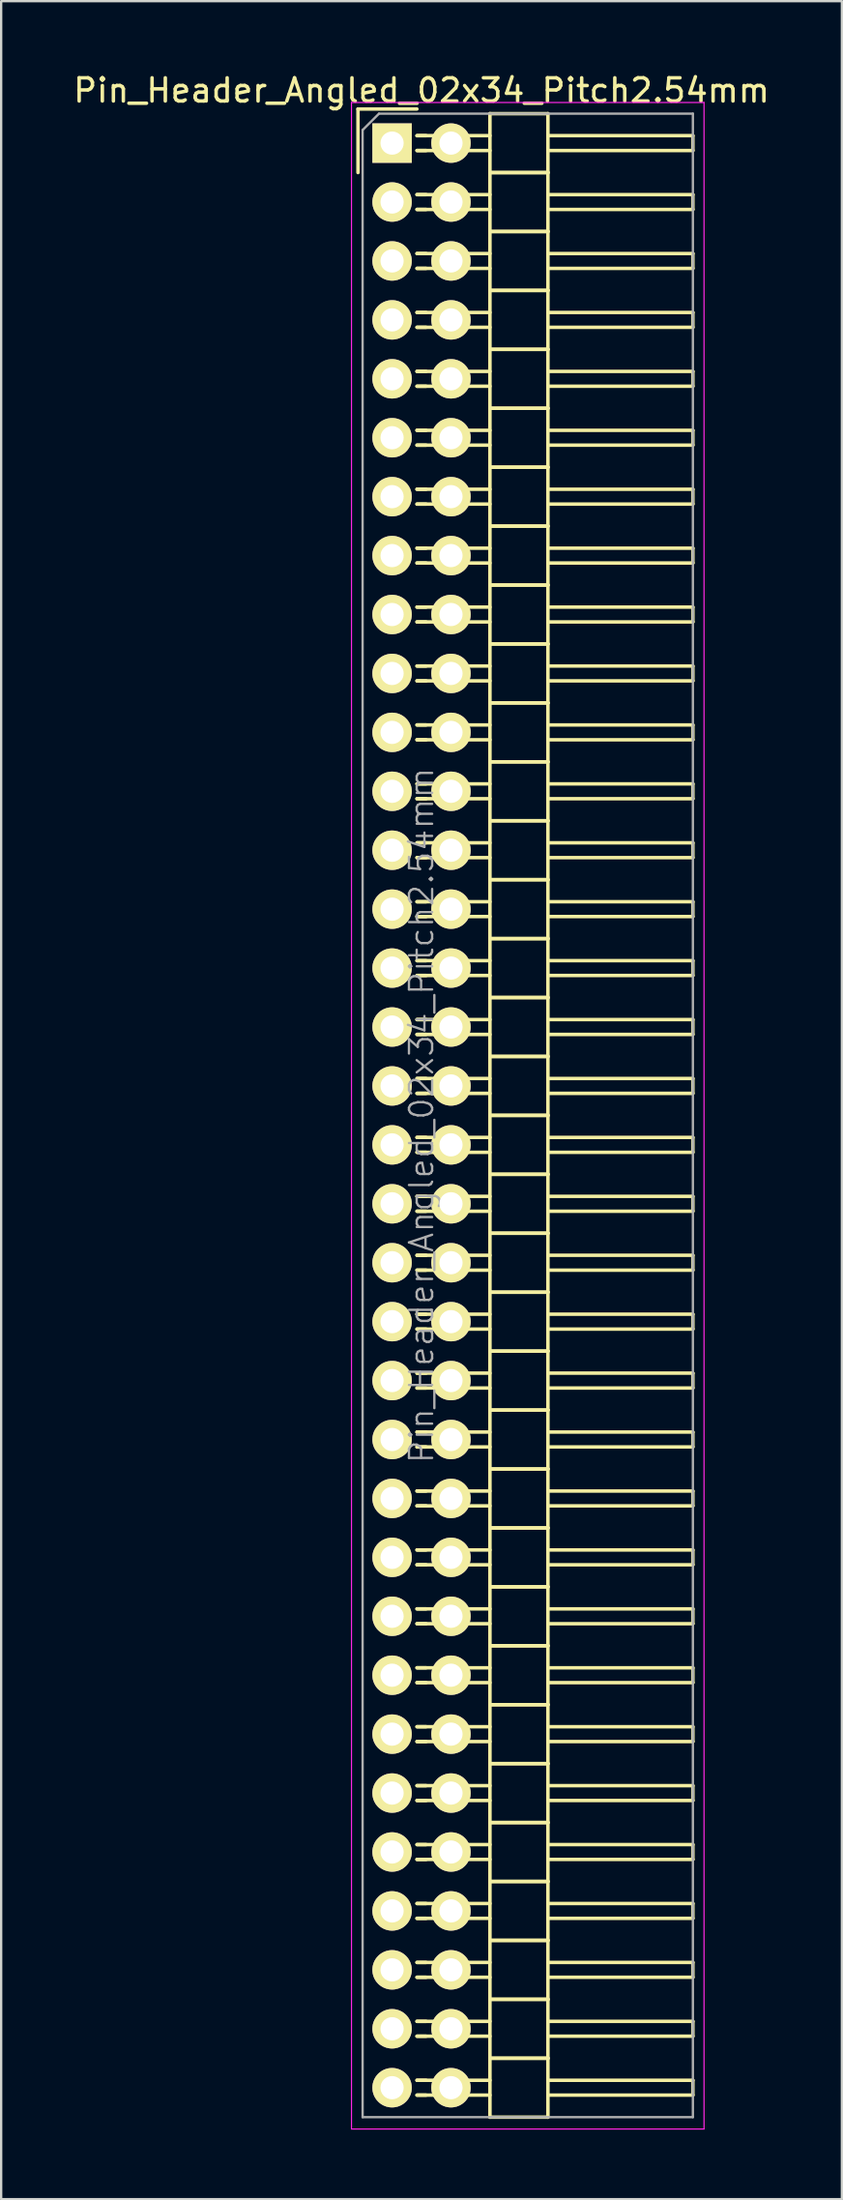
<source format=kicad_pcb>
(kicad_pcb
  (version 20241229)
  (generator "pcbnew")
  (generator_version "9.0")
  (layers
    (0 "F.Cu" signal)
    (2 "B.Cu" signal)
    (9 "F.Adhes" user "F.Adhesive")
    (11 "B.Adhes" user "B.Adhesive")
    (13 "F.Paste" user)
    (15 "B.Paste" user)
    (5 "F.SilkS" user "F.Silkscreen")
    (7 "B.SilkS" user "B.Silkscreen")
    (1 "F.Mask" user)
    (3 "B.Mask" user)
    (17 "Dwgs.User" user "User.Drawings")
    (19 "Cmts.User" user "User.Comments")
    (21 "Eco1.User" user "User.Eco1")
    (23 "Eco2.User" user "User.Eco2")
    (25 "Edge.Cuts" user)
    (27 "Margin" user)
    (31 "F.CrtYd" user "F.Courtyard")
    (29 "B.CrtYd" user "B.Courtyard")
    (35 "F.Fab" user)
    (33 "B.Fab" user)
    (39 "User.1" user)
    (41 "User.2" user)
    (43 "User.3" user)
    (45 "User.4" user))
  (footprint "Pin_Header_Angled_02x34_Pitch2.54mm"
    (layer "F.Cu")
    (at 13.855 3.118)
    (property "Reference" "Pin_Header_Angled_02x34_Pitch2.54mm" (at 1.27 -2.27 0) (layer "F.SilkS") (effects (font (size 1 1) (thickness 0.15))))
    (attr smd)
    (fp_line (start -1.47 -1.47) (end -1.47 1.27) (stroke (width 0.15) (type solid)) (layer "F.SilkS"))
    (fp_line (start -1.47 -1.47) (end 1.07 -1.47) (stroke (width 0.15) (type solid)) (layer "F.SilkS"))
    (fp_line (start 1.465 -0.32) (end 1.075 -0.32) (stroke (width 0.15) (type solid)) (layer "F.SilkS"))
    (fp_line (start 1.465 0.32) (end 1.075 0.32) (stroke (width 0.15) (type solid)) (layer "F.SilkS"))
    (fp_line (start 1.465 2.22) (end 1.075 2.22) (stroke (width 0.15) (type solid)) (layer "F.SilkS"))
    (fp_line (start 1.465 2.86) (end 1.075 2.86) (stroke (width 0.15) (type solid)) (layer "F.SilkS"))
    (fp_line (start 1.465 4.76) (end 1.075 4.76) (stroke (width 0.15) (type solid)) (layer "F.SilkS"))
    (fp_line (start 1.465 5.4) (end 1.075 5.4) (stroke (width 0.15) (type solid)) (layer "F.SilkS"))
    (fp_line (start 1.465 7.3) (end 1.075 7.3) (stroke (width 0.15) (type solid)) (layer "F.SilkS"))
    (fp_line (start 1.465 7.94) (end 1.075 7.94) (stroke (width 0.15) (type solid)) (layer "F.SilkS"))
    (fp_line (start 1.465 9.84) (end 1.075 9.84) (stroke (width 0.15) (type solid)) (layer "F.SilkS"))
    (fp_line (start 1.465 10.48) (end 1.075 10.48) (stroke (width 0.15) (type solid)) (layer "F.SilkS"))
    (fp_line (start 1.465 12.38) (end 1.075 12.38) (stroke (width 0.15) (type solid)) (layer "F.SilkS"))
    (fp_line (start 1.465 13.02) (end 1.075 13.02) (stroke (width 0.15) (type solid)) (layer "F.SilkS"))
    (fp_line (start 1.465 14.92) (end 1.075 14.92) (stroke (width 0.15) (type solid)) (layer "F.SilkS"))
    (fp_line (start 1.465 15.56) (end 1.075 15.56) (stroke (width 0.15) (type solid)) (layer "F.SilkS"))
    (fp_line (start 1.465 17.46) (end 1.075 17.46) (stroke (width 0.15) (type solid)) (layer "F.SilkS"))
    (fp_line (start 1.465 18.1) (end 1.075 18.1) (stroke (width 0.15) (type solid)) (layer "F.SilkS"))
    (fp_line (start 1.465 20) (end 1.075 20) (stroke (width 0.15) (type solid)) (layer "F.SilkS"))
    (fp_line (start 1.465 20.64) (end 1.075 20.64) (stroke (width 0.15) (type solid)) (layer "F.SilkS"))
    (fp_line (start 1.465 22.54) (end 1.075 22.54) (stroke (width 0.15) (type solid)) (layer "F.SilkS"))
    (fp_line (start 1.465 23.18) (end 1.075 23.18) (stroke (width 0.15) (type solid)) (layer "F.SilkS"))
    (fp_line (start 1.465 25.08) (end 1.075 25.08) (stroke (width 0.15) (type solid)) (layer "F.SilkS"))
    (fp_line (start 1.465 25.72) (end 1.075 25.72) (stroke (width 0.15) (type solid)) (layer "F.SilkS"))
    (fp_line (start 1.465 27.62) (end 1.075 27.62) (stroke (width 0.15) (type solid)) (layer "F.SilkS"))
    (fp_line (start 1.465 28.26) (end 1.075 28.26) (stroke (width 0.15) (type solid)) (layer "F.SilkS"))
    (fp_line (start 1.465 30.16) (end 1.075 30.16) (stroke (width 0.15) (type solid)) (layer "F.SilkS"))
    (fp_line (start 1.465 30.8) (end 1.075 30.8) (stroke (width 0.15) (type solid)) (layer "F.SilkS"))
    (fp_line (start 1.465 32.7) (end 1.075 32.7) (stroke (width 0.15) (type solid)) (layer "F.SilkS"))
    (fp_line (start 1.465 33.34) (end 1.075 33.34) (stroke (width 0.15) (type solid)) (layer "F.SilkS"))
    (fp_line (start 1.465 35.24) (end 1.075 35.24) (stroke (width 0.15) (type solid)) (layer "F.SilkS"))
    (fp_line (start 1.465 35.88) (end 1.075 35.88) (stroke (width 0.15) (type solid)) (layer "F.SilkS"))
    (fp_line (start 1.465 37.78) (end 1.075 37.78) (stroke (width 0.15) (type solid)) (layer "F.SilkS"))
    (fp_line (start 1.465 38.42) (end 1.075 38.42) (stroke (width 0.15) (type solid)) (layer "F.SilkS"))
    (fp_line (start 1.465 40.32) (end 1.075 40.32) (stroke (width 0.15) (type solid)) (layer "F.SilkS"))
    (fp_line (start 1.465 40.96) (end 1.075 40.96) (stroke (width 0.15) (type solid)) (layer "F.SilkS"))
    (fp_line (start 1.465 42.86) (end 1.075 42.86) (stroke (width 0.15) (type solid)) (layer "F.SilkS"))
    (fp_line (start 1.465 43.5) (end 1.075 43.5) (stroke (width 0.15) (type solid)) (layer "F.SilkS"))
    (fp_line (start 1.465 45.4) (end 1.075 45.4) (stroke (width 0.15) (type solid)) (layer "F.SilkS"))
    (fp_line (start 1.465 46.04) (end 1.075 46.04) (stroke (width 0.15) (type solid)) (layer "F.SilkS"))
    (fp_line (start 1.465 47.94) (end 1.075 47.94) (stroke (width 0.15) (type solid)) (layer "F.SilkS"))
    (fp_line (start 1.465 48.58) (end 1.075 48.58) (stroke (width 0.15) (type solid)) (layer "F.SilkS"))
    (fp_line (start 1.465 50.48) (end 1.075 50.48) (stroke (width 0.15) (type solid)) (layer "F.SilkS"))
    (fp_line (start 1.465 51.12) (end 1.075 51.12) (stroke (width 0.15) (type solid)) (layer "F.SilkS"))
    (fp_line (start 1.465 53.02) (end 1.075 53.02) (stroke (width 0.15) (type solid)) (layer "F.SilkS"))
    (fp_line (start 1.465 53.66) (end 1.075 53.66) (stroke (width 0.15) (type solid)) (layer "F.SilkS"))
    (fp_line (start 1.465 55.56) (end 1.075 55.56) (stroke (width 0.15) (type solid)) (layer "F.SilkS"))
    (fp_line (start 1.465 56.2) (end 1.075 56.2) (stroke (width 0.15) (type solid)) (layer "F.SilkS"))
    (fp_line (start 1.465 58.1) (end 1.075 58.1) (stroke (width 0.15) (type solid)) (layer "F.SilkS"))
    (fp_line (start 1.465 58.74) (end 1.075 58.74) (stroke (width 0.15) (type solid)) (layer "F.SilkS"))
    (fp_line (start 1.465 60.64) (end 1.075 60.64) (stroke (width 0.15) (type solid)) (layer "F.SilkS"))
    (fp_line (start 1.465 61.28) (end 1.075 61.28) (stroke (width 0.15) (type solid)) (layer "F.SilkS"))
    (fp_line (start 1.465 63.18) (end 1.075 63.18) (stroke (width 0.15) (type solid)) (layer "F.SilkS"))
    (fp_line (start 1.465 63.82) (end 1.075 63.82) (stroke (width 0.15) (type solid)) (layer "F.SilkS"))
    (fp_line (start 1.465 65.72) (end 1.075 65.72) (stroke (width 0.15) (type solid)) (layer "F.SilkS"))
    (fp_line (start 1.465 66.36) (end 1.075 66.36) (stroke (width 0.15) (type solid)) (layer "F.SilkS"))
    (fp_line (start 1.465 68.26) (end 1.075 68.26) (stroke (width 0.15) (type solid)) (layer "F.SilkS"))
    (fp_line (start 1.465 68.9) (end 1.075 68.9) (stroke (width 0.15) (type solid)) (layer "F.SilkS"))
    (fp_line (start 1.465 70.8) (end 1.075 70.8) (stroke (width 0.15) (type solid)) (layer "F.SilkS"))
    (fp_line (start 1.465 71.44) (end 1.075 71.44) (stroke (width 0.15) (type solid)) (layer "F.SilkS"))
    (fp_line (start 1.465 73.34) (end 1.075 73.34) (stroke (width 0.15) (type solid)) (layer "F.SilkS"))
    (fp_line (start 1.465 73.98) (end 1.075 73.98) (stroke (width 0.15) (type solid)) (layer "F.SilkS"))
    (fp_line (start 1.465 75.88) (end 1.075 75.88) (stroke (width 0.15) (type solid)) (layer "F.SilkS"))
    (fp_line (start 1.465 76.52) (end 1.075 76.52) (stroke (width 0.15) (type solid)) (layer "F.SilkS"))
    (fp_line (start 1.465 78.42) (end 1.075 78.42) (stroke (width 0.15) (type solid)) (layer "F.SilkS"))
    (fp_line (start 1.465 79.06) (end 1.075 79.06) (stroke (width 0.15) (type solid)) (layer "F.SilkS"))
    (fp_line (start 1.465 80.96) (end 1.075 80.96) (stroke (width 0.15) (type solid)) (layer "F.SilkS"))
    (fp_line (start 1.465 81.6) (end 1.075 81.6) (stroke (width 0.15) (type solid)) (layer "F.SilkS"))
    (fp_line (start 1.465 83.5) (end 1.075 83.5) (stroke (width 0.15) (type solid)) (layer "F.SilkS"))
    (fp_line (start 1.465 84.14) (end 1.075 84.14) (stroke (width 0.15) (type solid)) (layer "F.SilkS"))
    (fp_line (start 4.22 -0.32) (end 1.075 -0.32) (stroke (width 0.15) (type solid)) (layer "F.SilkS"))
    (fp_line (start 4.22 0.32) (end 1.075 0.32) (stroke (width 0.15) (type solid)) (layer "F.SilkS"))
    (fp_line (start 4.22 1.27) (end 4.22 -1.27) (stroke (width 0.15) (type solid)) (layer "F.SilkS"))
    (fp_line (start 4.22 2.22) (end 1.075 2.22) (stroke (width 0.15) (type solid)) (layer "F.SilkS"))
    (fp_line (start 4.22 2.86) (end 1.075 2.86) (stroke (width 0.15) (type solid)) (layer "F.SilkS"))
    (fp_line (start 4.22 3.81) (end 4.22 1.27) (stroke (width 0.15) (type solid)) (layer "F.SilkS"))
    (fp_line (start 4.22 4.76) (end 1.075 4.76) (stroke (width 0.15) (type solid)) (layer "F.SilkS"))
    (fp_line (start 4.22 5.4) (end 1.075 5.4) (stroke (width 0.15) (type solid)) (layer "F.SilkS"))
    (fp_line (start 4.22 6.35) (end 4.22 3.81) (stroke (width 0.15) (type solid)) (layer "F.SilkS"))
    (fp_line (start 4.22 7.3) (end 1.075 7.3) (stroke (width 0.15) (type solid)) (layer "F.SilkS"))
    (fp_line (start 4.22 7.94) (end 1.075 7.94) (stroke (width 0.15) (type solid)) (layer "F.SilkS"))
    (fp_line (start 4.22 8.89) (end 4.22 6.35) (stroke (width 0.15) (type solid)) (layer "F.SilkS"))
    (fp_line (start 4.22 9.84) (end 1.075 9.84) (stroke (width 0.15) (type solid)) (layer "F.SilkS"))
    (fp_line (start 4.22 10.48) (end 1.075 10.48) (stroke (width 0.15) (type solid)) (layer "F.SilkS"))
    (fp_line (start 4.22 11.43) (end 4.22 8.89) (stroke (width 0.15) (type solid)) (layer "F.SilkS"))
    (fp_line (start 4.22 12.38) (end 1.075 12.38) (stroke (width 0.15) (type solid)) (layer "F.SilkS"))
    (fp_line (start 4.22 13.02) (end 1.075 13.02) (stroke (width 0.15) (type solid)) (layer "F.SilkS"))
    (fp_line (start 4.22 13.97) (end 4.22 11.43) (stroke (width 0.15) (type solid)) (layer "F.SilkS"))
    (fp_line (start 4.22 14.92) (end 1.075 14.92) (stroke (width 0.15) (type solid)) (layer "F.SilkS"))
    (fp_line (start 4.22 15.56) (end 1.075 15.56) (stroke (width 0.15) (type solid)) (layer "F.SilkS"))
    (fp_line (start 4.22 16.51) (end 4.22 13.97) (stroke (width 0.15) (type solid)) (layer "F.SilkS"))
    (fp_line (start 4.22 17.46) (end 1.075 17.46) (stroke (width 0.15) (type solid)) (layer "F.SilkS"))
    (fp_line (start 4.22 18.1) (end 1.075 18.1) (stroke (width 0.15) (type solid)) (layer "F.SilkS"))
    (fp_line (start 4.22 19.05) (end 4.22 16.51) (stroke (width 0.15) (type solid)) (layer "F.SilkS"))
    (fp_line (start 4.22 20) (end 1.075 20) (stroke (width 0.15) (type solid)) (layer "F.SilkS"))
    (fp_line (start 4.22 20.64) (end 1.075 20.64) (stroke (width 0.15) (type solid)) (layer "F.SilkS"))
    (fp_line (start 4.22 21.59) (end 4.22 19.05) (stroke (width 0.15) (type solid)) (layer "F.SilkS"))
    (fp_line (start 4.22 22.54) (end 1.075 22.54) (stroke (width 0.15) (type solid)) (layer "F.SilkS"))
    (fp_line (start 4.22 23.18) (end 1.075 23.18) (stroke (width 0.15) (type solid)) (layer "F.SilkS"))
    (fp_line (start 4.22 24.13) (end 4.22 21.59) (stroke (width 0.15) (type solid)) (layer "F.SilkS"))
    (fp_line (start 4.22 25.08) (end 1.075 25.08) (stroke (width 0.15) (type solid)) (layer "F.SilkS"))
    (fp_line (start 4.22 25.72) (end 1.075 25.72) (stroke (width 0.15) (type solid)) (layer "F.SilkS"))
    (fp_line (start 4.22 26.67) (end 4.22 24.13) (stroke (width 0.15) (type solid)) (layer "F.SilkS"))
    (fp_line (start 4.22 27.62) (end 1.075 27.62) (stroke (width 0.15) (type solid)) (layer "F.SilkS"))
    (fp_line (start 4.22 28.26) (end 1.075 28.26) (stroke (width 0.15) (type solid)) (layer "F.SilkS"))
    (fp_line (start 4.22 29.21) (end 4.22 26.67) (stroke (width 0.15) (type solid)) (layer "F.SilkS"))
    (fp_line (start 4.22 30.16) (end 1.075 30.16) (stroke (width 0.15) (type solid)) (layer "F.SilkS"))
    (fp_line (start 4.22 30.8) (end 1.075 30.8) (stroke (width 0.15) (type solid)) (layer "F.SilkS"))
    (fp_line (start 4.22 31.75) (end 4.22 29.21) (stroke (width 0.15) (type solid)) (layer "F.SilkS"))
    (fp_line (start 4.22 32.7) (end 1.075 32.7) (stroke (width 0.15) (type solid)) (layer "F.SilkS"))
    (fp_line (start 4.22 33.34) (end 1.075 33.34) (stroke (width 0.15) (type solid)) (layer "F.SilkS"))
    (fp_line (start 4.22 34.29) (end 4.22 31.75) (stroke (width 0.15) (type solid)) (layer "F.SilkS"))
    (fp_line (start 4.22 35.24) (end 1.075 35.24) (stroke (width 0.15) (type solid)) (layer "F.SilkS"))
    (fp_line (start 4.22 35.88) (end 1.075 35.88) (stroke (width 0.15) (type solid)) (layer "F.SilkS"))
    (fp_line (start 4.22 36.83) (end 4.22 34.29) (stroke (width 0.15) (type solid)) (layer "F.SilkS"))
    (fp_line (start 4.22 37.78) (end 1.075 37.78) (stroke (width 0.15) (type solid)) (layer "F.SilkS"))
    (fp_line (start 4.22 38.42) (end 1.075 38.42) (stroke (width 0.15) (type solid)) (layer "F.SilkS"))
    (fp_line (start 4.22 39.37) (end 4.22 36.83) (stroke (width 0.15) (type solid)) (layer "F.SilkS"))
    (fp_line (start 4.22 40.32) (end 1.075 40.32) (stroke (width 0.15) (type solid)) (layer "F.SilkS"))
    (fp_line (start 4.22 40.96) (end 1.075 40.96) (stroke (width 0.15) (type solid)) (layer "F.SilkS"))
    (fp_line (start 4.22 41.91) (end 4.22 39.37) (stroke (width 0.15) (type solid)) (layer "F.SilkS"))
    (fp_line (start 4.22 42.86) (end 1.075 42.86) (stroke (width 0.15) (type solid)) (layer "F.SilkS"))
    (fp_line (start 4.22 43.5) (end 1.075 43.5) (stroke (width 0.15) (type solid)) (layer "F.SilkS"))
    (fp_line (start 4.22 44.45) (end 4.22 41.91) (stroke (width 0.15) (type solid)) (layer "F.SilkS"))
    (fp_line (start 4.22 45.4) (end 1.075 45.4) (stroke (width 0.15) (type solid)) (layer "F.SilkS"))
    (fp_line (start 4.22 46.04) (end 1.075 46.04) (stroke (width 0.15) (type solid)) (layer "F.SilkS"))
    (fp_line (start 4.22 46.99) (end 4.22 44.45) (stroke (width 0.15) (type solid)) (layer "F.SilkS"))
    (fp_line (start 4.22 47.94) (end 1.075 47.94) (stroke (width 0.15) (type solid)) (layer "F.SilkS"))
    (fp_line (start 4.22 48.58) (end 1.075 48.58) (stroke (width 0.15) (type solid)) (layer "F.SilkS"))
    (fp_line (start 4.22 49.53) (end 4.22 46.99) (stroke (width 0.15) (type solid)) (layer "F.SilkS"))
    (fp_line (start 4.22 50.48) (end 1.075 50.48) (stroke (width 0.15) (type solid)) (layer "F.SilkS"))
    (fp_line (start 4.22 51.12) (end 1.075 51.12) (stroke (width 0.15) (type solid)) (layer "F.SilkS"))
    (fp_line (start 4.22 52.07) (end 4.22 49.53) (stroke (width 0.15) (type solid)) (layer "F.SilkS"))
    (fp_line (start 4.22 53.02) (end 1.075 53.02) (stroke (width 0.15) (type solid)) (layer "F.SilkS"))
    (fp_line (start 4.22 53.66) (end 1.075 53.66) (stroke (width 0.15) (type solid)) (layer "F.SilkS"))
    (fp_line (start 4.22 54.61) (end 4.22 52.07) (stroke (width 0.15) (type solid)) (layer "F.SilkS"))
    (fp_line (start 4.22 55.56) (end 1.075 55.56) (stroke (width 0.15) (type solid)) (layer "F.SilkS"))
    (fp_line (start 4.22 56.2) (end 1.075 56.2) (stroke (width 0.15) (type solid)) (layer "F.SilkS"))
    (fp_line (start 4.22 57.15) (end 4.22 54.61) (stroke (width 0.15) (type solid)) (layer "F.SilkS"))
    (fp_line (start 4.22 58.1) (end 1.075 58.1) (stroke (width 0.15) (type solid)) (layer "F.SilkS"))
    (fp_line (start 4.22 58.74) (end 1.075 58.74) (stroke (width 0.15) (type solid)) (layer "F.SilkS"))
    (fp_line (start 4.22 59.69) (end 4.22 57.15) (stroke (width 0.15) (type solid)) (layer "F.SilkS"))
    (fp_line (start 4.22 60.64) (end 1.075 60.64) (stroke (width 0.15) (type solid)) (layer "F.SilkS"))
    (fp_line (start 4.22 61.28) (end 1.075 61.28) (stroke (width 0.15) (type solid)) (layer "F.SilkS"))
    (fp_line (start 4.22 62.23) (end 4.22 59.69) (stroke (width 0.15) (type solid)) (layer "F.SilkS"))
    (fp_line (start 4.22 63.18) (end 1.075 63.18) (stroke (width 0.15) (type solid)) (layer "F.SilkS"))
    (fp_line (start 4.22 63.82) (end 1.075 63.82) (stroke (width 0.15) (type solid)) (layer "F.SilkS"))
    (fp_line (start 4.22 64.77) (end 4.22 62.23) (stroke (width 0.15) (type solid)) (layer "F.SilkS"))
    (fp_line (start 4.22 65.72) (end 1.075 65.72) (stroke (width 0.15) (type solid)) (layer "F.SilkS"))
    (fp_line (start 4.22 66.36) (end 1.075 66.36) (stroke (width 0.15) (type solid)) (layer "F.SilkS"))
    (fp_line (start 4.22 67.31) (end 4.22 64.77) (stroke (width 0.15) (type solid)) (layer "F.SilkS"))
    (fp_line (start 4.22 68.26) (end 1.075 68.26) (stroke (width 0.15) (type solid)) (layer "F.SilkS"))
    (fp_line (start 4.22 68.9) (end 1.075 68.9) (stroke (width 0.15) (type solid)) (layer "F.SilkS"))
    (fp_line (start 4.22 69.85) (end 4.22 67.31) (stroke (width 0.15) (type solid)) (layer "F.SilkS"))
    (fp_line (start 4.22 70.8) (end 1.075 70.8) (stroke (width 0.15) (type solid)) (layer "F.SilkS"))
    (fp_line (start 4.22 71.44) (end 1.075 71.44) (stroke (width 0.15) (type solid)) (layer "F.SilkS"))
    (fp_line (start 4.22 72.39) (end 4.22 69.85) (stroke (width 0.15) (type solid)) (layer "F.SilkS"))
    (fp_line (start 4.22 73.34) (end 1.075 73.34) (stroke (width 0.15) (type solid)) (layer "F.SilkS"))
    (fp_line (start 4.22 73.98) (end 1.075 73.98) (stroke (width 0.15) (type solid)) (layer "F.SilkS"))
    (fp_line (start 4.22 74.93) (end 4.22 72.39) (stroke (width 0.15) (type solid)) (layer "F.SilkS"))
    (fp_line (start 4.22 75.88) (end 1.075 75.88) (stroke (width 0.15) (type solid)) (layer "F.SilkS"))
    (fp_line (start 4.22 76.52) (end 1.075 76.52) (stroke (width 0.15) (type solid)) (layer "F.SilkS"))
    (fp_line (start 4.22 77.47) (end 4.22 74.93) (stroke (width 0.15) (type solid)) (layer "F.SilkS"))
    (fp_line (start 4.22 78.42) (end 1.075 78.42) (stroke (width 0.15) (type solid)) (layer "F.SilkS"))
    (fp_line (start 4.22 79.06) (end 1.075 79.06) (stroke (width 0.15) (type solid)) (layer "F.SilkS"))
    (fp_line (start 4.22 80.01) (end 4.22 77.47) (stroke (width 0.15) (type solid)) (layer "F.SilkS"))
    (fp_line (start 4.22 80.96) (end 1.075 80.96) (stroke (width 0.15) (type solid)) (layer "F.SilkS"))
    (fp_line (start 4.22 81.6) (end 1.075 81.6) (stroke (width 0.15) (type solid)) (layer "F.SilkS"))
    (fp_line (start 4.22 82.55) (end 4.22 80.01) (stroke (width 0.15) (type solid)) (layer "F.SilkS"))
    (fp_line (start 4.22 83.5) (end 1.075 83.5) (stroke (width 0.15) (type solid)) (layer "F.SilkS"))
    (fp_line (start 4.22 84.14) (end 1.075 84.14) (stroke (width 0.15) (type solid)) (layer "F.SilkS"))
    (fp_line (start 4.22 85.09) (end 4.22 82.55) (stroke (width 0.15) (type solid)) (layer "F.SilkS"))
    (fp_line (start 6.72 -1.27) (end 4.22 -1.27) (stroke (width 0.15) (type solid)) (layer "F.SilkS"))
    (fp_line (start 6.72 -0.32) (end 12.97 -0.32) (stroke (width 0.15) (type solid)) (layer "F.SilkS"))
    (fp_line (start 6.72 0.32) (end 12.97 0.32) (stroke (width 0.15) (type solid)) (layer "F.SilkS"))
    (fp_line (start 6.72 1.27) (end 4.22 1.27) (stroke (width 0.15) (type solid)) (layer "F.SilkS"))
    (fp_line (start 6.72 1.27) (end 4.22 1.27) (stroke (width 0.15) (type solid)) (layer "F.SilkS"))
    (fp_line (start 6.72 1.27) (end 6.72 -1.27) (stroke (width 0.15) (type solid)) (layer "F.SilkS"))
    (fp_line (start 6.72 2.22) (end 12.97 2.22) (stroke (width 0.15) (type solid)) (layer "F.SilkS"))
    (fp_line (start 6.72 2.86) (end 12.97 2.86) (stroke (width 0.15) (type solid)) (layer "F.SilkS"))
    (fp_line (start 6.72 3.81) (end 4.22 3.81) (stroke (width 0.15) (type solid)) (layer "F.SilkS"))
    (fp_line (start 6.72 3.81) (end 4.22 3.81) (stroke (width 0.15) (type solid)) (layer "F.SilkS"))
    (fp_line (start 6.72 3.81) (end 6.72 1.27) (stroke (width 0.15) (type solid)) (layer "F.SilkS"))
    (fp_line (start 6.72 4.76) (end 12.97 4.76) (stroke (width 0.15) (type solid)) (layer "F.SilkS"))
    (fp_line (start 6.72 5.4) (end 12.97 5.4) (stroke (width 0.15) (type solid)) (layer "F.SilkS"))
    (fp_line (start 6.72 6.35) (end 4.22 6.35) (stroke (width 0.15) (type solid)) (layer "F.SilkS"))
    (fp_line (start 6.72 6.35) (end 4.22 6.35) (stroke (width 0.15) (type solid)) (layer "F.SilkS"))
    (fp_line (start 6.72 6.35) (end 6.72 3.81) (stroke (width 0.15) (type solid)) (layer "F.SilkS"))
    (fp_line (start 6.72 7.3) (end 12.97 7.3) (stroke (width 0.15) (type solid)) (layer "F.SilkS"))
    (fp_line (start 6.72 7.94) (end 12.97 7.94) (stroke (width 0.15) (type solid)) (layer "F.SilkS"))
    (fp_line (start 6.72 8.89) (end 4.22 8.89) (stroke (width 0.15) (type solid)) (layer "F.SilkS"))
    (fp_line (start 6.72 8.89) (end 4.22 8.89) (stroke (width 0.15) (type solid)) (layer "F.SilkS"))
    (fp_line (start 6.72 8.89) (end 6.72 6.35) (stroke (width 0.15) (type solid)) (layer "F.SilkS"))
    (fp_line (start 6.72 9.84) (end 12.97 9.84) (stroke (width 0.15) (type solid)) (layer "F.SilkS"))
    (fp_line (start 6.72 10.48) (end 12.97 10.48) (stroke (width 0.15) (type solid)) (layer "F.SilkS"))
    (fp_line (start 6.72 11.43) (end 4.22 11.43) (stroke (width 0.15) (type solid)) (layer "F.SilkS"))
    (fp_line (start 6.72 11.43) (end 4.22 11.43) (stroke (width 0.15) (type solid)) (layer "F.SilkS"))
    (fp_line (start 6.72 11.43) (end 6.72 8.89) (stroke (width 0.15) (type solid)) (layer "F.SilkS"))
    (fp_line (start 6.72 12.38) (end 12.97 12.38) (stroke (width 0.15) (type solid)) (layer "F.SilkS"))
    (fp_line (start 6.72 13.02) (end 12.97 13.02) (stroke (width 0.15) (type solid)) (layer "F.SilkS"))
    (fp_line (start 6.72 13.97) (end 4.22 13.97) (stroke (width 0.15) (type solid)) (layer "F.SilkS"))
    (fp_line (start 6.72 13.97) (end 4.22 13.97) (stroke (width 0.15) (type solid)) (layer "F.SilkS"))
    (fp_line (start 6.72 13.97) (end 6.72 11.43) (stroke (width 0.15) (type solid)) (layer "F.SilkS"))
    (fp_line (start 6.72 14.92) (end 12.97 14.92) (stroke (width 0.15) (type solid)) (layer "F.SilkS"))
    (fp_line (start 6.72 15.56) (end 12.97 15.56) (stroke (width 0.15) (type solid)) (layer "F.SilkS"))
    (fp_line (start 6.72 16.51) (end 4.22 16.51) (stroke (width 0.15) (type solid)) (layer "F.SilkS"))
    (fp_line (start 6.72 16.51) (end 4.22 16.51) (stroke (width 0.15) (type solid)) (layer "F.SilkS"))
    (fp_line (start 6.72 16.51) (end 6.72 13.97) (stroke (width 0.15) (type solid)) (layer "F.SilkS"))
    (fp_line (start 6.72 17.46) (end 12.97 17.46) (stroke (width 0.15) (type solid)) (layer "F.SilkS"))
    (fp_line (start 6.72 18.1) (end 12.97 18.1) (stroke (width 0.15) (type solid)) (layer "F.SilkS"))
    (fp_line (start 6.72 19.05) (end 4.22 19.05) (stroke (width 0.15) (type solid)) (layer "F.SilkS"))
    (fp_line (start 6.72 19.05) (end 4.22 19.05) (stroke (width 0.15) (type solid)) (layer "F.SilkS"))
    (fp_line (start 6.72 19.05) (end 6.72 16.51) (stroke (width 0.15) (type solid)) (layer "F.SilkS"))
    (fp_line (start 6.72 20) (end 12.97 20) (stroke (width 0.15) (type solid)) (layer "F.SilkS"))
    (fp_line (start 6.72 20.64) (end 12.97 20.64) (stroke (width 0.15) (type solid)) (layer "F.SilkS"))
    (fp_line (start 6.72 21.59) (end 4.22 21.59) (stroke (width 0.15) (type solid)) (layer "F.SilkS"))
    (fp_line (start 6.72 21.59) (end 4.22 21.59) (stroke (width 0.15) (type solid)) (layer "F.SilkS"))
    (fp_line (start 6.72 21.59) (end 6.72 19.05) (stroke (width 0.15) (type solid)) (layer "F.SilkS"))
    (fp_line (start 6.72 22.54) (end 12.97 22.54) (stroke (width 0.15) (type solid)) (layer "F.SilkS"))
    (fp_line (start 6.72 23.18) (end 12.97 23.18) (stroke (width 0.15) (type solid)) (layer "F.SilkS"))
    (fp_line (start 6.72 24.13) (end 4.22 24.13) (stroke (width 0.15) (type solid)) (layer "F.SilkS"))
    (fp_line (start 6.72 24.13) (end 4.22 24.13) (stroke (width 0.15) (type solid)) (layer "F.SilkS"))
    (fp_line (start 6.72 24.13) (end 6.72 21.59) (stroke (width 0.15) (type solid)) (layer "F.SilkS"))
    (fp_line (start 6.72 25.08) (end 12.97 25.08) (stroke (width 0.15) (type solid)) (layer "F.SilkS"))
    (fp_line (start 6.72 25.72) (end 12.97 25.72) (stroke (width 0.15) (type solid)) (layer "F.SilkS"))
    (fp_line (start 6.72 26.67) (end 4.22 26.67) (stroke (width 0.15) (type solid)) (layer "F.SilkS"))
    (fp_line (start 6.72 26.67) (end 4.22 26.67) (stroke (width 0.15) (type solid)) (layer "F.SilkS"))
    (fp_line (start 6.72 26.67) (end 6.72 24.13) (stroke (width 0.15) (type solid)) (layer "F.SilkS"))
    (fp_line (start 6.72 27.62) (end 12.97 27.62) (stroke (width 0.15) (type solid)) (layer "F.SilkS"))
    (fp_line (start 6.72 28.26) (end 12.97 28.26) (stroke (width 0.15) (type solid)) (layer "F.SilkS"))
    (fp_line (start 6.72 29.21) (end 4.22 29.21) (stroke (width 0.15) (type solid)) (layer "F.SilkS"))
    (fp_line (start 6.72 29.21) (end 4.22 29.21) (stroke (width 0.15) (type solid)) (layer "F.SilkS"))
    (fp_line (start 6.72 29.21) (end 6.72 26.67) (stroke (width 0.15) (type solid)) (layer "F.SilkS"))
    (fp_line (start 6.72 30.16) (end 12.97 30.16) (stroke (width 0.15) (type solid)) (layer "F.SilkS"))
    (fp_line (start 6.72 30.8) (end 12.97 30.8) (stroke (width 0.15) (type solid)) (layer "F.SilkS"))
    (fp_line (start 6.72 31.75) (end 4.22 31.75) (stroke (width 0.15) (type solid)) (layer "F.SilkS"))
    (fp_line (start 6.72 31.75) (end 4.22 31.75) (stroke (width 0.15) (type solid)) (layer "F.SilkS"))
    (fp_line (start 6.72 31.75) (end 6.72 29.21) (stroke (width 0.15) (type solid)) (layer "F.SilkS"))
    (fp_line (start 6.72 32.7) (end 12.97 32.7) (stroke (width 0.15) (type solid)) (layer "F.SilkS"))
    (fp_line (start 6.72 33.34) (end 12.97 33.34) (stroke (width 0.15) (type solid)) (layer "F.SilkS"))
    (fp_line (start 6.72 34.29) (end 4.22 34.29) (stroke (width 0.15) (type solid)) (layer "F.SilkS"))
    (fp_line (start 6.72 34.29) (end 4.22 34.29) (stroke (width 0.15) (type solid)) (layer "F.SilkS"))
    (fp_line (start 6.72 34.29) (end 6.72 31.75) (stroke (width 0.15) (type solid)) (layer "F.SilkS"))
    (fp_line (start 6.72 35.24) (end 12.97 35.24) (stroke (width 0.15) (type solid)) (layer "F.SilkS"))
    (fp_line (start 6.72 35.88) (end 12.97 35.88) (stroke (width 0.15) (type solid)) (layer "F.SilkS"))
    (fp_line (start 6.72 36.83) (end 4.22 36.83) (stroke (width 0.15) (type solid)) (layer "F.SilkS"))
    (fp_line (start 6.72 36.83) (end 4.22 36.83) (stroke (width 0.15) (type solid)) (layer "F.SilkS"))
    (fp_line (start 6.72 36.83) (end 6.72 34.29) (stroke (width 0.15) (type solid)) (layer "F.SilkS"))
    (fp_line (start 6.72 37.78) (end 12.97 37.78) (stroke (width 0.15) (type solid)) (layer "F.SilkS"))
    (fp_line (start 6.72 38.42) (end 12.97 38.42) (stroke (width 0.15) (type solid)) (layer "F.SilkS"))
    (fp_line (start 6.72 39.37) (end 4.22 39.37) (stroke (width 0.15) (type solid)) (layer "F.SilkS"))
    (fp_line (start 6.72 39.37) (end 4.22 39.37) (stroke (width 0.15) (type solid)) (layer "F.SilkS"))
    (fp_line (start 6.72 39.37) (end 6.72 36.83) (stroke (width 0.15) (type solid)) (layer "F.SilkS"))
    (fp_line (start 6.72 40.32) (end 12.97 40.32) (stroke (width 0.15) (type solid)) (layer "F.SilkS"))
    (fp_line (start 6.72 40.96) (end 12.97 40.96) (stroke (width 0.15) (type solid)) (layer "F.SilkS"))
    (fp_line (start 6.72 41.91) (end 4.22 41.91) (stroke (width 0.15) (type solid)) (layer "F.SilkS"))
    (fp_line (start 6.72 41.91) (end 4.22 41.91) (stroke (width 0.15) (type solid)) (layer "F.SilkS"))
    (fp_line (start 6.72 41.91) (end 6.72 39.37) (stroke (width 0.15) (type solid)) (layer "F.SilkS"))
    (fp_line (start 6.72 42.86) (end 12.97 42.86) (stroke (width 0.15) (type solid)) (layer "F.SilkS"))
    (fp_line (start 6.72 43.5) (end 12.97 43.5) (stroke (width 0.15) (type solid)) (layer "F.SilkS"))
    (fp_line (start 6.72 44.45) (end 4.22 44.45) (stroke (width 0.15) (type solid)) (layer "F.SilkS"))
    (fp_line (start 6.72 44.45) (end 4.22 44.45) (stroke (width 0.15) (type solid)) (layer "F.SilkS"))
    (fp_line (start 6.72 44.45) (end 6.72 41.91) (stroke (width 0.15) (type solid)) (layer "F.SilkS"))
    (fp_line (start 6.72 45.4) (end 12.97 45.4) (stroke (width 0.15) (type solid)) (layer "F.SilkS"))
    (fp_line (start 6.72 46.04) (end 12.97 46.04) (stroke (width 0.15) (type solid)) (layer "F.SilkS"))
    (fp_line (start 6.72 46.99) (end 4.22 46.99) (stroke (width 0.15) (type solid)) (layer "F.SilkS"))
    (fp_line (start 6.72 46.99) (end 4.22 46.99) (stroke (width 0.15) (type solid)) (layer "F.SilkS"))
    (fp_line (start 6.72 46.99) (end 6.72 44.45) (stroke (width 0.15) (type solid)) (layer "F.SilkS"))
    (fp_line (start 6.72 47.94) (end 12.97 47.94) (stroke (width 0.15) (type solid)) (layer "F.SilkS"))
    (fp_line (start 6.72 48.58) (end 12.97 48.58) (stroke (width 0.15) (type solid)) (layer "F.SilkS"))
    (fp_line (start 6.72 49.53) (end 4.22 49.53) (stroke (width 0.15) (type solid)) (layer "F.SilkS"))
    (fp_line (start 6.72 49.53) (end 4.22 49.53) (stroke (width 0.15) (type solid)) (layer "F.SilkS"))
    (fp_line (start 6.72 49.53) (end 6.72 46.99) (stroke (width 0.15) (type solid)) (layer "F.SilkS"))
    (fp_line (start 6.72 50.48) (end 12.97 50.48) (stroke (width 0.15) (type solid)) (layer "F.SilkS"))
    (fp_line (start 6.72 51.12) (end 12.97 51.12) (stroke (width 0.15) (type solid)) (layer "F.SilkS"))
    (fp_line (start 6.72 52.07) (end 4.22 52.07) (stroke (width 0.15) (type solid)) (layer "F.SilkS"))
    (fp_line (start 6.72 52.07) (end 4.22 52.07) (stroke (width 0.15) (type solid)) (layer "F.SilkS"))
    (fp_line (start 6.72 52.07) (end 6.72 49.53) (stroke (width 0.15) (type solid)) (layer "F.SilkS"))
    (fp_line (start 6.72 53.02) (end 12.97 53.02) (stroke (width 0.15) (type solid)) (layer "F.SilkS"))
    (fp_line (start 6.72 53.66) (end 12.97 53.66) (stroke (width 0.15) (type solid)) (layer "F.SilkS"))
    (fp_line (start 6.72 54.61) (end 4.22 54.61) (stroke (width 0.15) (type solid)) (layer "F.SilkS"))
    (fp_line (start 6.72 54.61) (end 4.22 54.61) (stroke (width 0.15) (type solid)) (layer "F.SilkS"))
    (fp_line (start 6.72 54.61) (end 6.72 52.07) (stroke (width 0.15) (type solid)) (layer "F.SilkS"))
    (fp_line (start 6.72 55.56) (end 12.97 55.56) (stroke (width 0.15) (type solid)) (layer "F.SilkS"))
    (fp_line (start 6.72 56.2) (end 12.97 56.2) (stroke (width 0.15) (type solid)) (layer "F.SilkS"))
    (fp_line (start 6.72 57.15) (end 4.22 57.15) (stroke (width 0.15) (type solid)) (layer "F.SilkS"))
    (fp_line (start 6.72 57.15) (end 4.22 57.15) (stroke (width 0.15) (type solid)) (layer "F.SilkS"))
    (fp_line (start 6.72 57.15) (end 6.72 54.61) (stroke (width 0.15) (type solid)) (layer "F.SilkS"))
    (fp_line (start 6.72 58.1) (end 12.97 58.1) (stroke (width 0.15) (type solid)) (layer "F.SilkS"))
    (fp_line (start 6.72 58.74) (end 12.97 58.74) (stroke (width 0.15) (type solid)) (layer "F.SilkS"))
    (fp_line (start 6.72 59.69) (end 4.22 59.69) (stroke (width 0.15) (type solid)) (layer "F.SilkS"))
    (fp_line (start 6.72 59.69) (end 4.22 59.69) (stroke (width 0.15) (type solid)) (layer "F.SilkS"))
    (fp_line (start 6.72 59.69) (end 6.72 57.15) (stroke (width 0.15) (type solid)) (layer "F.SilkS"))
    (fp_line (start 6.72 60.64) (end 12.97 60.64) (stroke (width 0.15) (type solid)) (layer "F.SilkS"))
    (fp_line (start 6.72 61.28) (end 12.97 61.28) (stroke (width 0.15) (type solid)) (layer "F.SilkS"))
    (fp_line (start 6.72 62.23) (end 4.22 62.23) (stroke (width 0.15) (type solid)) (layer "F.SilkS"))
    (fp_line (start 6.72 62.23) (end 4.22 62.23) (stroke (width 0.15) (type solid)) (layer "F.SilkS"))
    (fp_line (start 6.72 62.23) (end 6.72 59.69) (stroke (width 0.15) (type solid)) (layer "F.SilkS"))
    (fp_line (start 6.72 63.18) (end 12.97 63.18) (stroke (width 0.15) (type solid)) (layer "F.SilkS"))
    (fp_line (start 6.72 63.82) (end 12.97 63.82) (stroke (width 0.15) (type solid)) (layer "F.SilkS"))
    (fp_line (start 6.72 64.77) (end 4.22 64.77) (stroke (width 0.15) (type solid)) (layer "F.SilkS"))
    (fp_line (start 6.72 64.77) (end 4.22 64.77) (stroke (width 0.15) (type solid)) (layer "F.SilkS"))
    (fp_line (start 6.72 64.77) (end 6.72 62.23) (stroke (width 0.15) (type solid)) (layer "F.SilkS"))
    (fp_line (start 6.72 65.72) (end 12.97 65.72) (stroke (width 0.15) (type solid)) (layer "F.SilkS"))
    (fp_line (start 6.72 66.36) (end 12.97 66.36) (stroke (width 0.15) (type solid)) (layer "F.SilkS"))
    (fp_line (start 6.72 67.31) (end 4.22 67.31) (stroke (width 0.15) (type solid)) (layer "F.SilkS"))
    (fp_line (start 6.72 67.31) (end 4.22 67.31) (stroke (width 0.15) (type solid)) (layer "F.SilkS"))
    (fp_line (start 6.72 67.31) (end 6.72 64.77) (stroke (width 0.15) (type solid)) (layer "F.SilkS"))
    (fp_line (start 6.72 68.26) (end 12.97 68.26) (stroke (width 0.15) (type solid)) (layer "F.SilkS"))
    (fp_line (start 6.72 68.9) (end 12.97 68.9) (stroke (width 0.15) (type solid)) (layer "F.SilkS"))
    (fp_line (start 6.72 69.85) (end 4.22 69.85) (stroke (width 0.15) (type solid)) (layer "F.SilkS"))
    (fp_line (start 6.72 69.85) (end 4.22 69.85) (stroke (width 0.15) (type solid)) (layer "F.SilkS"))
    (fp_line (start 6.72 69.85) (end 6.72 67.31) (stroke (width 0.15) (type solid)) (layer "F.SilkS"))
    (fp_line (start 6.72 70.8) (end 12.97 70.8) (stroke (width 0.15) (type solid)) (layer "F.SilkS"))
    (fp_line (start 6.72 71.44) (end 12.97 71.44) (stroke (width 0.15) (type solid)) (layer "F.SilkS"))
    (fp_line (start 6.72 72.39) (end 4.22 72.39) (stroke (width 0.15) (type solid)) (layer "F.SilkS"))
    (fp_line (start 6.72 72.39) (end 4.22 72.39) (stroke (width 0.15) (type solid)) (layer "F.SilkS"))
    (fp_line (start 6.72 72.39) (end 6.72 69.85) (stroke (width 0.15) (type solid)) (layer "F.SilkS"))
    (fp_line (start 6.72 73.34) (end 12.97 73.34) (stroke (width 0.15) (type solid)) (layer "F.SilkS"))
    (fp_line (start 6.72 73.98) (end 12.97 73.98) (stroke (width 0.15) (type solid)) (layer "F.SilkS"))
    (fp_line (start 6.72 74.93) (end 4.22 74.93) (stroke (width 0.15) (type solid)) (layer "F.SilkS"))
    (fp_line (start 6.72 74.93) (end 4.22 74.93) (stroke (width 0.15) (type solid)) (layer "F.SilkS"))
    (fp_line (start 6.72 74.93) (end 6.72 72.39) (stroke (width 0.15) (type solid)) (layer "F.SilkS"))
    (fp_line (start 6.72 75.88) (end 12.97 75.88) (stroke (width 0.15) (type solid)) (layer "F.SilkS"))
    (fp_line (start 6.72 76.52) (end 12.97 76.52) (stroke (width 0.15) (type solid)) (layer "F.SilkS"))
    (fp_line (start 6.72 77.47) (end 4.22 77.47) (stroke (width 0.15) (type solid)) (layer "F.SilkS"))
    (fp_line (start 6.72 77.47) (end 4.22 77.47) (stroke (width 0.15) (type solid)) (layer "F.SilkS"))
    (fp_line (start 6.72 77.47) (end 6.72 74.93) (stroke (width 0.15) (type solid)) (layer "F.SilkS"))
    (fp_line (start 6.72 78.42) (end 12.97 78.42) (stroke (width 0.15) (type solid)) (layer "F.SilkS"))
    (fp_line (start 6.72 79.06) (end 12.97 79.06) (stroke (width 0.15) (type solid)) (layer "F.SilkS"))
    (fp_line (start 6.72 80.01) (end 4.22 80.01) (stroke (width 0.15) (type solid)) (layer "F.SilkS"))
    (fp_line (start 6.72 80.01) (end 4.22 80.01) (stroke (width 0.15) (type solid)) (layer "F.SilkS"))
    (fp_line (start 6.72 80.01) (end 6.72 77.47) (stroke (width 0.15) (type solid)) (layer "F.SilkS"))
    (fp_line (start 6.72 80.96) (end 12.97 80.96) (stroke (width 0.15) (type solid)) (layer "F.SilkS"))
    (fp_line (start 6.72 81.6) (end 12.97 81.6) (stroke (width 0.15) (type solid)) (layer "F.SilkS"))
    (fp_line (start 6.72 82.55) (end 4.22 82.55) (stroke (width 0.15) (type solid)) (layer "F.SilkS"))
    (fp_line (start 6.72 82.55) (end 4.22 82.55) (stroke (width 0.15) (type solid)) (layer "F.SilkS"))
    (fp_line (start 6.72 82.55) (end 6.72 80.01) (stroke (width 0.15) (type solid)) (layer "F.SilkS"))
    (fp_line (start 6.72 83.5) (end 12.97 83.5) (stroke (width 0.15) (type solid)) (layer "F.SilkS"))
    (fp_line (start 6.72 84.14) (end 12.97 84.14) (stroke (width 0.15) (type solid)) (layer "F.SilkS"))
    (fp_line (start 6.72 85.09) (end 4.22 85.09) (stroke (width 0.15) (type solid)) (layer "F.SilkS"))
    (fp_line (start 6.72 85.09) (end 6.72 82.55) (stroke (width 0.15) (type solid)) (layer "F.SilkS"))
    (fp_line (start 12.97 0.32) (end 12.97 -0.32) (stroke (width 0.15) (type solid)) (layer "F.SilkS"))
    (fp_line (start 12.97 2.86) (end 12.97 2.22) (stroke (width 0.15) (type solid)) (layer "F.SilkS"))
    (fp_line (start 12.97 5.4) (end 12.97 4.76) (stroke (width 0.15) (type solid)) (layer "F.SilkS"))
    (fp_line (start 12.97 7.94) (end 12.97 7.3) (stroke (width 0.15) (type solid)) (layer "F.SilkS"))
    (fp_line (start 12.97 10.48) (end 12.97 9.84) (stroke (width 0.15) (type solid)) (layer "F.SilkS"))
    (fp_line (start 12.97 13.02) (end 12.97 12.38) (stroke (width 0.15) (type solid)) (layer "F.SilkS"))
    (fp_line (start 12.97 15.56) (end 12.97 14.92) (stroke (width 0.15) (type solid)) (layer "F.SilkS"))
    (fp_line (start 12.97 18.1) (end 12.97 17.46) (stroke (width 0.15) (type solid)) (layer "F.SilkS"))
    (fp_line (start 12.97 20.64) (end 12.97 20) (stroke (width 0.15) (type solid)) (layer "F.SilkS"))
    (fp_line (start 12.97 23.18) (end 12.97 22.54) (stroke (width 0.15) (type solid)) (layer "F.SilkS"))
    (fp_line (start 12.97 25.72) (end 12.97 25.08) (stroke (width 0.15) (type solid)) (layer "F.SilkS"))
    (fp_line (start 12.97 28.26) (end 12.97 27.62) (stroke (width 0.15) (type solid)) (layer "F.SilkS"))
    (fp_line (start 12.97 30.8) (end 12.97 30.16) (stroke (width 0.15) (type solid)) (layer "F.SilkS"))
    (fp_line (start 12.97 33.34) (end 12.97 32.7) (stroke (width 0.15) (type solid)) (layer "F.SilkS"))
    (fp_line (start 12.97 35.88) (end 12.97 35.24) (stroke (width 0.15) (type solid)) (layer "F.SilkS"))
    (fp_line (start 12.97 38.42) (end 12.97 37.78) (stroke (width 0.15) (type solid)) (layer "F.SilkS"))
    (fp_line (start 12.97 40.96) (end 12.97 40.32) (stroke (width 0.15) (type solid)) (layer "F.SilkS"))
    (fp_line (start 12.97 43.5) (end 12.97 42.86) (stroke (width 0.15) (type solid)) (layer "F.SilkS"))
    (fp_line (start 12.97 46.04) (end 12.97 45.4) (stroke (width 0.15) (type solid)) (layer "F.SilkS"))
    (fp_line (start 12.97 48.58) (end 12.97 47.94) (stroke (width 0.15) (type solid)) (layer "F.SilkS"))
    (fp_line (start 12.97 51.12) (end 12.97 50.48) (stroke (width 0.15) (type solid)) (layer "F.SilkS"))
    (fp_line (start 12.97 53.66) (end 12.97 53.02) (stroke (width 0.15) (type solid)) (layer "F.SilkS"))
    (fp_line (start 12.97 56.2) (end 12.97 55.56) (stroke (width 0.15) (type solid)) (layer "F.SilkS"))
    (fp_line (start 12.97 58.74) (end 12.97 58.1) (stroke (width 0.15) (type solid)) (layer "F.SilkS"))
    (fp_line (start 12.97 61.28) (end 12.97 60.64) (stroke (width 0.15) (type solid)) (layer "F.SilkS"))
    (fp_line (start 12.97 63.82) (end 12.97 63.18) (stroke (width 0.15) (type solid)) (layer "F.SilkS"))
    (fp_line (start 12.97 66.36) (end 12.97 65.72) (stroke (width 0.15) (type solid)) (layer "F.SilkS"))
    (fp_line (start 12.97 68.9) (end 12.97 68.26) (stroke (width 0.15) (type solid)) (layer "F.SilkS"))
    (fp_line (start 12.97 71.44) (end 12.97 70.8) (stroke (width 0.15) (type solid)) (layer "F.SilkS"))
    (fp_line (start 12.97 73.98) (end 12.97 73.34) (stroke (width 0.15) (type solid)) (layer "F.SilkS"))
    (fp_line (start 12.97 76.52) (end 12.97 75.88) (stroke (width 0.15) (type solid)) (layer "F.SilkS"))
    (fp_line (start 12.97 79.06) (end 12.97 78.42) (stroke (width 0.15) (type solid)) (layer "F.SilkS"))
    (fp_line (start 12.97 81.6) (end 12.97 80.96) (stroke (width 0.15) (type solid)) (layer "F.SilkS"))
    (fp_line (start 12.97 84.14) (end 12.97 83.5) (stroke (width 0.15) (type solid)) (layer "F.SilkS"))
    (fp_line (start -1.75 -1.75) (end -1.75 85.6) (stroke (width 0.05) (type solid)) (layer "F.CrtYd"))
    (fp_line (start 13.45 -1.75) (end -1.75 -1.75) (stroke (width 0.05) (type solid)) (layer "F.CrtYd"))
    (fp_line (start 13.45 -1.75) (end 13.45 85.6) (stroke (width 0.05) (type solid)) (layer "F.CrtYd"))
    (fp_line (start 13.45 85.6) (end -1.75 85.6) (stroke (width 0.05) (type solid)) (layer "F.CrtYd"))
    (fp_line (start -1.27 -0.563) (end -0.563 -1.27) (stroke (width 0.1) (type solid)) (layer "F.Fab"))
    (fp_line (start -1.27 85.09) (end -1.27 -0.563) (stroke (width 0.1) (type solid)) (layer "F.Fab"))
    (fp_line (start 12.97 -1.27) (end -0.563 -1.27) (stroke (width 0.1) (type solid)) (layer "F.Fab"))
    (fp_line (start 12.97 85.09) (end -1.27 85.09) (stroke (width 0.1) (type solid)) (layer "F.Fab"))
    (fp_line (start 12.97 85.09) (end 12.97 -1.27) (stroke (width 0.1) (type solid)) (layer "F.Fab"))
    (fp_text user "${REFERENCE}" (at 1.27 41.91 90) (layer "F.Fab") (effects (font (size 1 1) (thickness 0.1))))
    (pad "1" thru_hole rect (at 0 0) (size 1.7 1.7) (drill 1) (layers "*.Cu" "*.Mask" "F.SilkS"))
    (pad "2" thru_hole oval (at 2.54 0) (size 1.7 1.7) (drill 1) (layers "*.Cu" "*.Mask" "F.SilkS"))
    (pad "3" thru_hole oval (at 0 2.54) (size 1.7 1.7) (drill 1) (layers "*.Cu" "*.Mask" "F.SilkS"))
    (pad "4" thru_hole oval (at 2.54 2.54) (size 1.7 1.7) (drill 1) (layers "*.Cu" "*.Mask" "F.SilkS"))
    (pad "5" thru_hole oval (at 0 5.08) (size 1.7 1.7) (drill 1) (layers "*.Cu" "*.Mask" "F.SilkS"))
    (pad "6" thru_hole oval (at 2.54 5.08) (size 1.7 1.7) (drill 1) (layers "*.Cu" "*.Mask" "F.SilkS"))
    (pad "7" thru_hole oval (at 0 7.62) (size 1.7 1.7) (drill 1) (layers "*.Cu" "*.Mask" "F.SilkS"))
    (pad "8" thru_hole oval (at 2.54 7.62) (size 1.7 1.7) (drill 1) (layers "*.Cu" "*.Mask" "F.SilkS"))
    (pad "9" thru_hole oval (at 0 10.16) (size 1.7 1.7) (drill 1) (layers "*.Cu" "*.Mask" "F.SilkS"))
    (pad "10" thru_hole oval (at 2.54 10.16) (size 1.7 1.7) (drill 1) (layers "*.Cu" "*.Mask" "F.SilkS"))
    (pad "11" thru_hole oval (at 0 12.7) (size 1.7 1.7) (drill 1) (layers "*.Cu" "*.Mask" "F.SilkS"))
    (pad "12" thru_hole oval (at 2.54 12.7) (size 1.7 1.7) (drill 1) (layers "*.Cu" "*.Mask" "F.SilkS"))
    (pad "13" thru_hole oval (at 0 15.24) (size 1.7 1.7) (drill 1) (layers "*.Cu" "*.Mask" "F.SilkS"))
    (pad "14" thru_hole oval (at 2.54 15.24) (size 1.7 1.7) (drill 1) (layers "*.Cu" "*.Mask" "F.SilkS"))
    (pad "15" thru_hole oval (at 0 17.78) (size 1.7 1.7) (drill 1) (layers "*.Cu" "*.Mask" "F.SilkS"))
    (pad "16" thru_hole oval (at 2.54 17.78) (size 1.7 1.7) (drill 1) (layers "*.Cu" "*.Mask" "F.SilkS"))
    (pad "17" thru_hole oval (at 0 20.32) (size 1.7 1.7) (drill 1) (layers "*.Cu" "*.Mask" "F.SilkS"))
    (pad "18" thru_hole oval (at 2.54 20.32) (size 1.7 1.7) (drill 1) (layers "*.Cu" "*.Mask" "F.SilkS"))
    (pad "19" thru_hole oval (at 0 22.86) (size 1.7 1.7) (drill 1) (layers "*.Cu" "*.Mask" "F.SilkS"))
    (pad "20" thru_hole oval (at 2.54 22.86) (size 1.7 1.7) (drill 1) (layers "*.Cu" "*.Mask" "F.SilkS"))
    (pad "21" thru_hole oval (at 0 25.4) (size 1.7 1.7) (drill 1) (layers "*.Cu" "*.Mask" "F.SilkS"))
    (pad "22" thru_hole oval (at 2.54 25.4) (size 1.7 1.7) (drill 1) (layers "*.Cu" "*.Mask" "F.SilkS"))
    (pad "23" thru_hole oval (at 0 27.94) (size 1.7 1.7) (drill 1) (layers "*.Cu" "*.Mask" "F.SilkS"))
    (pad "24" thru_hole oval (at 2.54 27.94) (size 1.7 1.7) (drill 1) (layers "*.Cu" "*.Mask" "F.SilkS"))
    (pad "25" thru_hole oval (at 0 30.48) (size 1.7 1.7) (drill 1) (layers "*.Cu" "*.Mask" "F.SilkS"))
    (pad "26" thru_hole oval (at 2.54 30.48) (size 1.7 1.7) (drill 1) (layers "*.Cu" "*.Mask" "F.SilkS"))
    (pad "27" thru_hole oval (at 0 33.02) (size 1.7 1.7) (drill 1) (layers "*.Cu" "*.Mask" "F.SilkS"))
    (pad "28" thru_hole oval (at 2.54 33.02) (size 1.7 1.7) (drill 1) (layers "*.Cu" "*.Mask" "F.SilkS"))
    (pad "29" thru_hole oval (at 0 35.56) (size 1.7 1.7) (drill 1) (layers "*.Cu" "*.Mask" "F.SilkS"))
    (pad "30" thru_hole oval (at 2.54 35.56) (size 1.7 1.7) (drill 1) (layers "*.Cu" "*.Mask" "F.SilkS"))
    (pad "31" thru_hole oval (at 0 38.1) (size 1.7 1.7) (drill 1) (layers "*.Cu" "*.Mask" "F.SilkS"))
    (pad "32" thru_hole oval (at 2.54 38.1) (size 1.7 1.7) (drill 1) (layers "*.Cu" "*.Mask" "F.SilkS"))
    (pad "33" thru_hole oval (at 0 40.64) (size 1.7 1.7) (drill 1) (layers "*.Cu" "*.Mask" "F.SilkS"))
    (pad "34" thru_hole oval (at 2.54 40.64) (size 1.7 1.7) (drill 1) (layers "*.Cu" "*.Mask" "F.SilkS"))
    (pad "35" thru_hole oval (at 0 43.18) (size 1.7 1.7) (drill 1) (layers "*.Cu" "*.Mask" "F.SilkS"))
    (pad "36" thru_hole oval (at 2.54 43.18) (size 1.7 1.7) (drill 1) (layers "*.Cu" "*.Mask" "F.SilkS"))
    (pad "37" thru_hole oval (at 0 45.72) (size 1.7 1.7) (drill 1) (layers "*.Cu" "*.Mask" "F.SilkS"))
    (pad "38" thru_hole oval (at 2.54 45.72) (size 1.7 1.7) (drill 1) (layers "*.Cu" "*.Mask" "F.SilkS"))
    (pad "39" thru_hole oval (at 0 48.26) (size 1.7 1.7) (drill 1) (layers "*.Cu" "*.Mask" "F.SilkS"))
    (pad "40" thru_hole oval (at 2.54 48.26) (size 1.7 1.7) (drill 1) (layers "*.Cu" "*.Mask" "F.SilkS"))
    (pad "41" thru_hole oval (at 0 50.8) (size 1.7 1.7) (drill 1) (layers "*.Cu" "*.Mask" "F.SilkS"))
    (pad "42" thru_hole oval (at 2.54 50.8) (size 1.7 1.7) (drill 1) (layers "*.Cu" "*.Mask" "F.SilkS"))
    (pad "43" thru_hole oval (at 0 53.34) (size 1.7 1.7) (drill 1) (layers "*.Cu" "*.Mask" "F.SilkS"))
    (pad "44" thru_hole oval (at 2.54 53.34) (size 1.7 1.7) (drill 1) (layers "*.Cu" "*.Mask" "F.SilkS"))
    (pad "45" thru_hole oval (at 0 55.88) (size 1.7 1.7) (drill 1) (layers "*.Cu" "*.Mask" "F.SilkS"))
    (pad "46" thru_hole oval (at 2.54 55.88) (size 1.7 1.7) (drill 1) (layers "*.Cu" "*.Mask" "F.SilkS"))
    (pad "47" thru_hole oval (at 0 58.42) (size 1.7 1.7) (drill 1) (layers "*.Cu" "*.Mask" "F.SilkS"))
    (pad "48" thru_hole oval (at 2.54 58.42) (size 1.7 1.7) (drill 1) (layers "*.Cu" "*.Mask" "F.SilkS"))
    (pad "49" thru_hole oval (at 0 60.96) (size 1.7 1.7) (drill 1) (layers "*.Cu" "*.Mask" "F.SilkS"))
    (pad "50" thru_hole oval (at 2.54 60.96) (size 1.7 1.7) (drill 1) (layers "*.Cu" "*.Mask" "F.SilkS"))
    (pad "51" thru_hole oval (at 0 63.5) (size 1.7 1.7) (drill 1) (layers "*.Cu" "*.Mask" "F.SilkS"))
    (pad "52" thru_hole oval (at 2.54 63.5) (size 1.7 1.7) (drill 1) (layers "*.Cu" "*.Mask" "F.SilkS"))
    (pad "53" thru_hole oval (at 0 66.04) (size 1.7 1.7) (drill 1) (layers "*.Cu" "*.Mask" "F.SilkS"))
    (pad "54" thru_hole oval (at 2.54 66.04) (size 1.7 1.7) (drill 1) (layers "*.Cu" "*.Mask" "F.SilkS"))
    (pad "55" thru_hole oval (at 0 68.58) (size 1.7 1.7) (drill 1) (layers "*.Cu" "*.Mask" "F.SilkS"))
    (pad "56" thru_hole oval (at 2.54 68.58) (size 1.7 1.7) (drill 1) (layers "*.Cu" "*.Mask" "F.SilkS"))
    (pad "57" thru_hole oval (at 0 71.12) (size 1.7 1.7) (drill 1) (layers "*.Cu" "*.Mask" "F.SilkS"))
    (pad "58" thru_hole oval (at 2.54 71.12) (size 1.7 1.7) (drill 1) (layers "*.Cu" "*.Mask" "F.SilkS"))
    (pad "59" thru_hole oval (at 0 73.66) (size 1.7 1.7) (drill 1) (layers "*.Cu" "*.Mask" "F.SilkS"))
    (pad "60" thru_hole oval (at 2.54 73.66) (size 1.7 1.7) (drill 1) (layers "*.Cu" "*.Mask" "F.SilkS"))
    (pad "61" thru_hole oval (at 0 76.2) (size 1.7 1.7) (drill 1) (layers "*.Cu" "*.Mask" "F.SilkS"))
    (pad "62" thru_hole oval (at 2.54 76.2) (size 1.7 1.7) (drill 1) (layers "*.Cu" "*.Mask" "F.SilkS"))
    (pad "63" thru_hole oval (at 0 78.74) (size 1.7 1.7) (drill 1) (layers "*.Cu" "*.Mask" "F.SilkS"))
    (pad "64" thru_hole oval (at 2.54 78.74) (size 1.7 1.7) (drill 1) (layers "*.Cu" "*.Mask" "F.SilkS"))
    (pad "65" thru_hole oval (at 0 81.28) (size 1.7 1.7) (drill 1) (layers "*.Cu" "*.Mask" "F.SilkS"))
    (pad "66" thru_hole oval (at 2.54 81.28) (size 1.7 1.7) (drill 1) (layers "*.Cu" "*.Mask" "F.SilkS"))
    (pad "67" thru_hole oval (at 0 83.82) (size 1.7 1.7) (drill 1) (layers "*.Cu" "*.Mask" "F.SilkS"))
    (pad "68" thru_hole oval (at 2.54 83.82) (size 1.7 1.7) (drill 1) (layers "*.Cu" "*.Mask" "F.SilkS")))
  (gr_rect
    (start -3 -3)
    (end 33.25 91.743)
    (stroke (width 0.1) (type default))
    (fill no)
    (layer "Edge.Cuts")))
</source>
